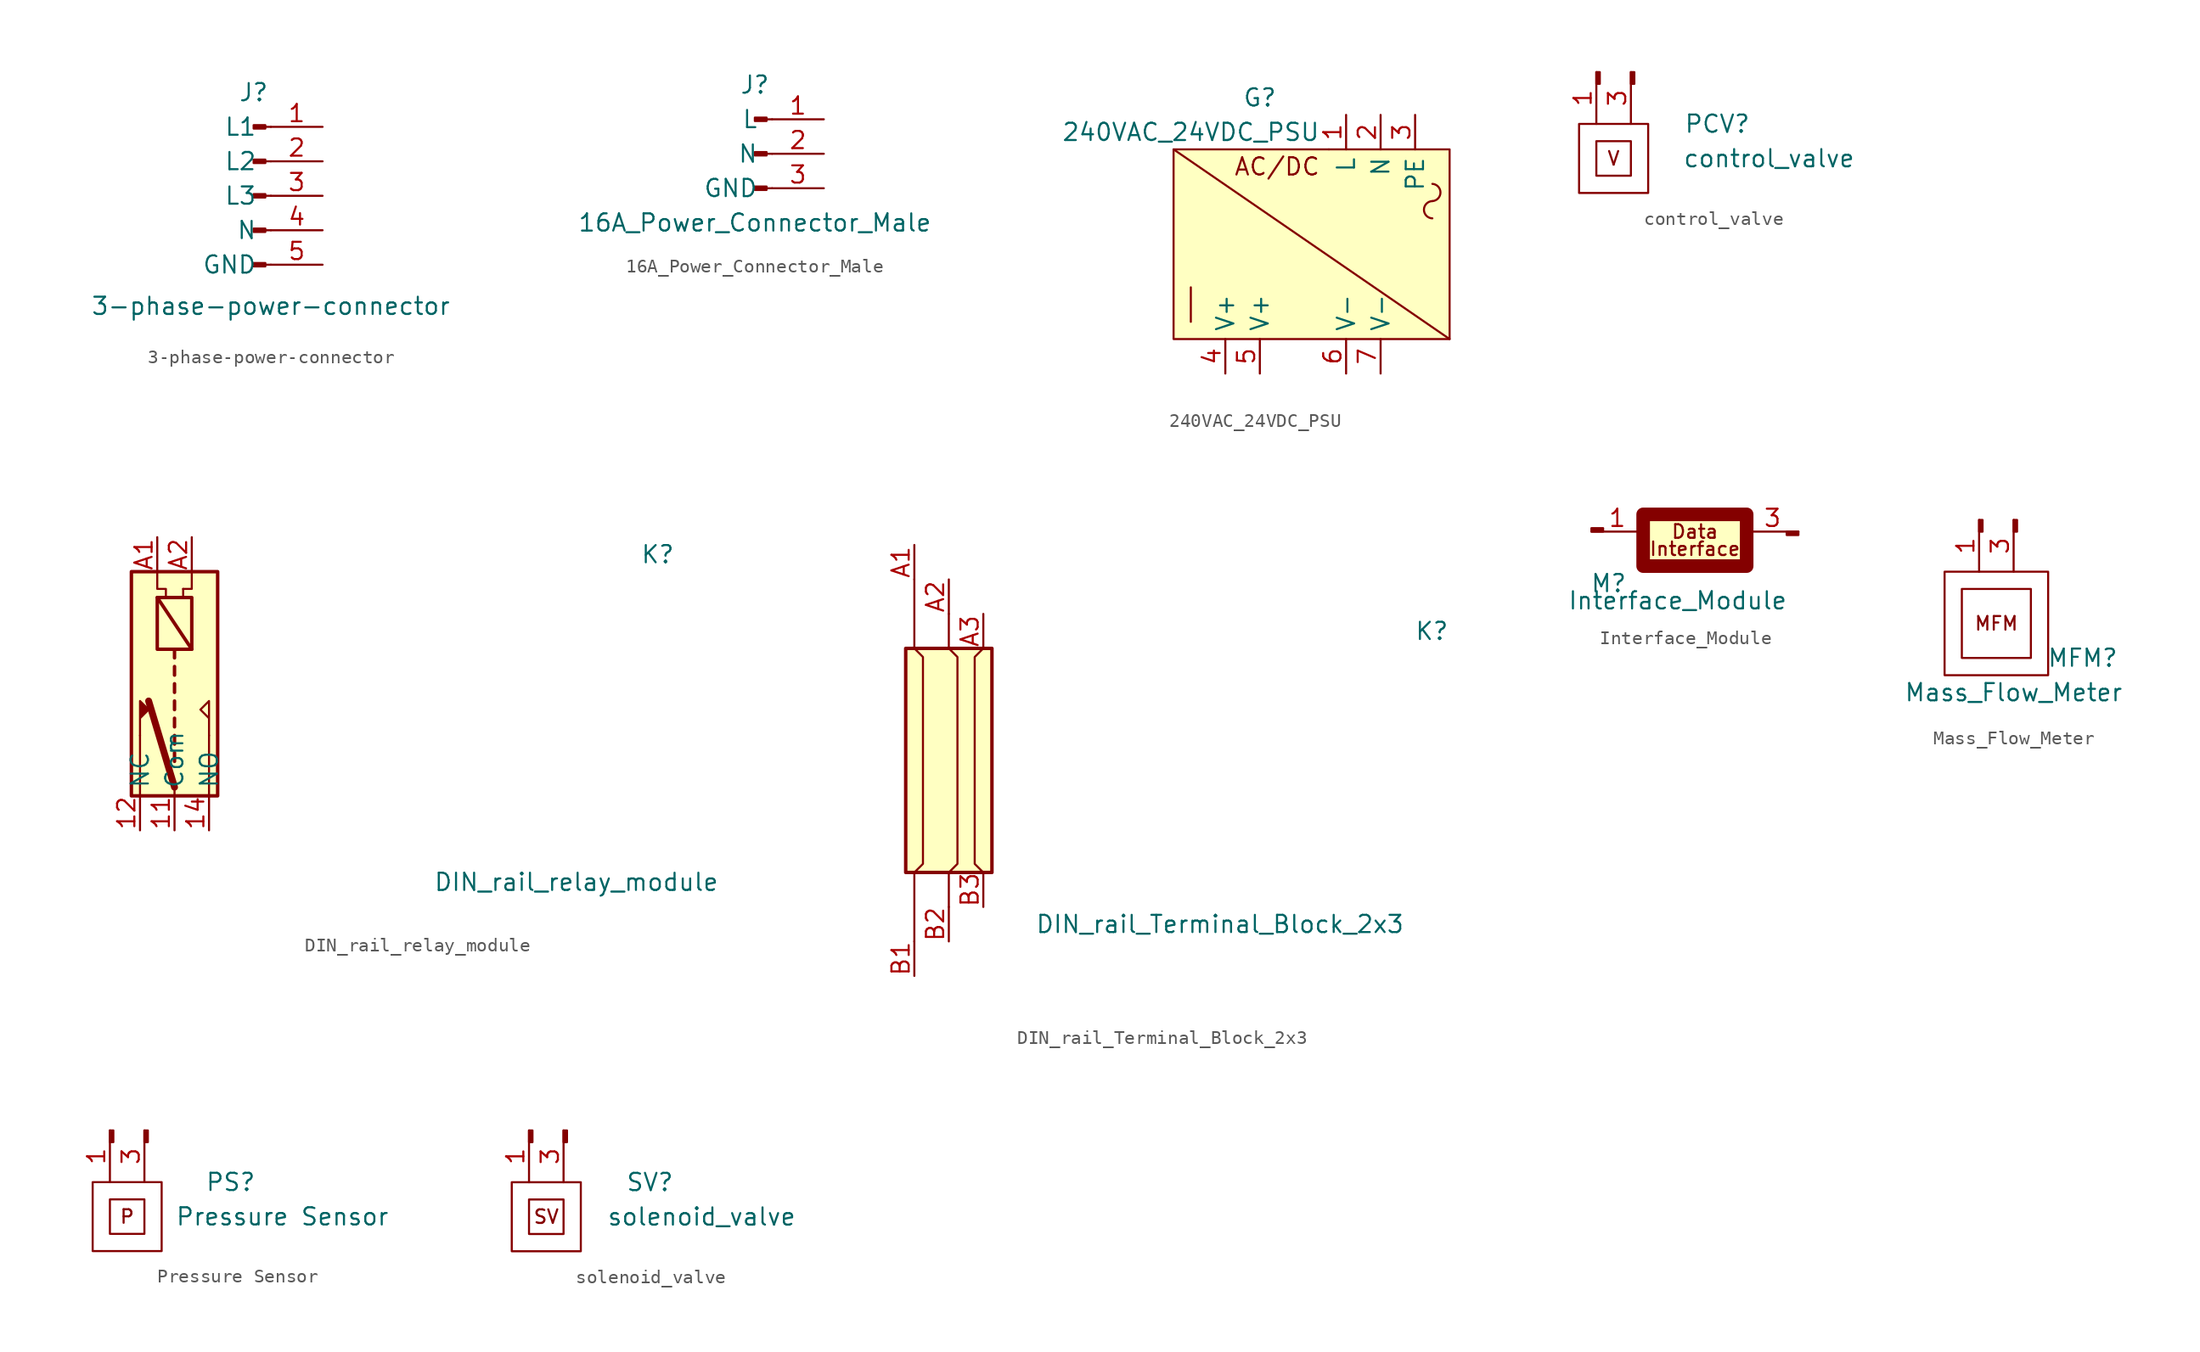
<source format=kicad_sym>
(kicad_symbol_lib
  (version 20231120)
  (generator "kicad_symbol_editor")
  (generator_version "8.0")
  (symbol "3-phase-power-connector"
    (pin_names
      (offset 1.016))
    (property "Reference" "J"
      (at 0 5.08 0)
      (effects (font (size 1.27 1.27))))
    (property "Value" "3-phase-power-connector"
      (at 1.27 -10.668 0)
      (effects (font (size 1.27 1.27))))
    (symbol "3-phase-power-connector_1_1"
      (polyline (pts (xy 1.27 -7.62) (xy 0.864 -7.62)) (stroke (width 0.152) (type default)) (fill (type none)))
      (polyline (pts (xy 1.27 -5.08) (xy 0.864 -5.08)) (stroke (width 0.152) (type default)) (fill (type none)))
      (polyline (pts (xy 1.27 -2.54) (xy 0.864 -2.54)) (stroke (width 0.152) (type default)) (fill (type none)))
      (polyline (pts (xy 1.27 0) (xy 0.864 0)) (stroke (width 0.152) (type default)) (fill (type none)))
      (polyline (pts (xy 1.27 2.54) (xy 0.864 2.54)) (stroke (width 0.152) (type default)) (fill (type none)))
      (rectangle (start 0.864 -7.493) (end 0 -7.747) (stroke (width 0.152) (type default)) (fill (type outline)))
      (rectangle (start 0.864 -4.953) (end 0 -5.207) (stroke (width 0.152) (type default)) (fill (type outline)))
      (rectangle (start 0.864 -2.413) (end 0 -2.667) (stroke (width 0.152) (type default)) (fill (type outline)))
      (rectangle (start 0.864 0.127) (end 0 -0.127) (stroke (width 0.152) (type default)) (fill (type outline)))
      (rectangle (start 0.864 2.667) (end 0 2.413) (stroke (width 0.152) (type default)) (fill (type outline)))
      (pin passive line (at 5.08 2.54 180) (length 3.81) (name "L1" (effects (font (size 1.27 1.27)))) (number "1" (effects (font (size 1.27 1.27)))))
      (pin passive line (at 5.08 0 180) (length 3.81) (name "L2" (effects (font (size 1.27 1.27)))) (number "2" (effects (font (size 1.27 1.27)))))
      (pin passive line (at 5.08 -2.54 180) (length 3.81) (name "L3" (effects (font (size 1.27 1.27)))) (number "3" (effects (font (size 1.27 1.27)))))
      (pin passive line (at 5.08 -5.08 180) (length 3.81) (name "N" (effects (font (size 1.27 1.27)))) (number "4" (effects (font (size 1.27 1.27)))))
      (pin passive line (at 5.08 -7.62 180) (length 3.81) (name "GND" (effects (font (size 1.27 1.27)))) (number "5" (effects (font (size 1.27 1.27)))))))
  (symbol "16A_Power_Connector_Male"
    (pin_names
      (offset 1.016))
    (property "Reference" "J"
      (at 0 5.08 0)
      (effects (font (size 1.27 1.27))))
    (property "Value" "16A_Power_Connector_Male"
      (at 0 -5.08 0)
      (effects (font (size 1.27 1.27))))
    (symbol "16A_Power_Connector_Male_1_1"
      (polyline (pts (xy 1.27 -2.54) (xy 0.864 -2.54)) (stroke (width 0.152) (type default)) (fill (type none)))
      (polyline (pts (xy 1.27 0) (xy 0.864 0)) (stroke (width 0.152) (type default)) (fill (type none)))
      (polyline (pts (xy 1.27 2.54) (xy 0.864 2.54)) (stroke (width 0.152) (type default)) (fill (type none)))
      (rectangle (start 0.864 -2.413) (end 0 -2.667) (stroke (width 0.152) (type default)) (fill (type outline)))
      (rectangle (start 0.864 0.127) (end 0 -0.127) (stroke (width 0.152) (type default)) (fill (type outline)))
      (rectangle (start 0.864 2.667) (end 0 2.413) (stroke (width 0.152) (type default)) (fill (type outline)))
      (pin passive line (at 5.08 2.54 180) (length 3.81) (name "L" (effects (font (size 1.27 1.27)))) (number "1" (effects (font (size 1.27 1.27)))))
      (pin passive line (at 5.08 0 180) (length 3.81) (name "N" (effects (font (size 1.27 1.27)))) (number "2" (effects (font (size 1.27 1.27)))))
      (pin passive line (at 5.08 -2.54 180) (length 3.81) (name "GND" (effects (font (size 1.27 1.27)))) (number "3" (effects (font (size 1.27 1.27)))))))
  (symbol "240VAC_24VDC_PSU"
    (property "Reference" "G"
      (at -6.35 6.35 0)
      (effects (font (size 1.27 1.27))))
    (property "Value" "240VAC_24VDC_PSU"
      (at -11.43 3.81 0)
      (effects (font (size 1.27 1.27))))
    (symbol "240VAC_24VDC_PSU_0_0"
      (arc (start -1.27 2.54) (mid -1.27 2.54) (end -1.27 2.54) (stroke (width 0) (type default)) (fill (type none)))
      (polyline (pts (xy -12.7 2.54) (xy 7.62 -11.43)) (stroke (width 0) (type default)) (fill (type none)))
      (polyline (pts (xy -11.43 -7.62) (xy -11.43 -10.16)) (stroke (width 0) (type default)) (fill (type none)))
      (arc (start 6.35 -1.27) (mid 5.7307 -1.905) (end 6.35 -2.54) (stroke (width 0) (type default)) (fill (type none)))
      (arc (start 6.35 -1.27) (mid 6.9472 -0.635) (end 6.35 0) (stroke (width 0) (type default)) (fill (type none)))
      (text "AC/DC" (at -5.08 1.27 0) (effects (font (size 1.27 1.27))))
      (pin power_in line (at 0 5.08 270) (length 2.54) (name "L" (effects (font (size 1.27 1.27)))) (number "1" (effects (font (size 1.27 1.27)))))
      (pin passive line (at 2.54 5.08 270) (length 2.54) (name "N" (effects (font (size 1.27 1.27)))) (number "2" (effects (font (size 1.27 1.27)))))
      (pin passive line (at 5.08 5.08 270) (length 2.54) (name "PE" (effects (font (size 1.27 1.27)))) (number "3" (effects (font (size 1.27 1.27)))))
      (pin passive line (at -8.89 -13.97 90) (length 2.54) (name "V+" (effects (font (size 1.27 1.27)))) (number "4" (effects (font (size 1.27 1.27)))))
      (pin passive line (at -6.35 -13.97 90) (length 2.54) (name "V+" (effects (font (size 1.27 1.27)))) (number "5" (effects (font (size 1.27 1.27)))))
      (pin passive line (at 0 -13.97 90) (length 2.54) (name "V-" (effects (font (size 1.27 1.27)))) (number "6" (effects (font (size 1.27 1.27)))))
      (pin passive line (at 2.54 -13.97 90) (length 2.54) (name "V-" (effects (font (size 1.27 1.27)))) (number "7" (effects (font (size 1.27 1.27))))))
    (symbol "240VAC_24VDC_PSU_0_1"
      (rectangle (start 7.62 2.54) (end -12.7 -11.43) (stroke (width 0) (type default)) (fill (type background)))))
  (symbol "control_valve"
    (pin_names
      (offset 1.016) hide)
    (property "Reference" "PCV"
      (at 7.62 2.54 0)
      (effects (font (size 1.27 1.27))))
    (property "Value" "control_valve"
      (at 11.43 0 0)
      (effects (font (size 1.27 1.27))))
    (symbol "control_valve_0_0"
      (rectangle (start -1.27 1.27) (end 1.27 -1.27) (stroke (width 0) (type default)) (fill (type none)))
      (text "V" (at 0 0 0) (effects (font (size 1 1)))))
    (symbol "control_valve_0_1"
      (rectangle (start -2.54 2.54) (end 2.54 -2.54) (stroke (width 0) (type default)) (fill (type none))))
    (symbol "control_valve_1_1"
      (rectangle (start -1.27 6.35) (end -1.016 5.486) (stroke (width 0.152) (type default)) (fill (type outline)))
      (rectangle (start 1.27 6.35) (end 1.524 5.486) (stroke (width 0.152) (type default)) (fill (type outline)))
      (pin input line (at -1.27 6.35 270) (length 3.81) (name "V+" (effects (font (size 1.27 1.27)))) (number "1" (effects (font (size 1.27 1.27)))))
      (pin output line (at 1.27 6.35 270) (length 3.81) (name "Output" (effects (font (size 1.27 1.27)))) (number "3" (effects (font (size 1.27 1.27)))))))
  (symbol "DIN_rail_relay_module"
    (property "Reference" "K"
      (at 34.29 10.16 0)
      (effects (font (size 1.27 1.27)) (justify left)))
    (property "Value" "DIN_rail_relay_module"
      (at 19.05 -13.97 0)
      (effects (font (size 1.27 1.27)) (justify left)))
    (symbol "DIN_rail_relay_module_0_0"
      (polyline (pts (xy -2.54 -3.175) (xy -2.54 -7.62)) (stroke (width 0) (type default)) (fill (type none)))
      (polyline (pts (xy 0 -6.985) (xy 0 -7.62)) (stroke (width 0) (type default)) (fill (type none)))
      (polyline (pts (xy 0.635 7.62) (xy 0.635 6.985)) (stroke (width 0) (type default)) (fill (type none)))
      (polyline (pts (xy 2.54 -3.175) (xy 2.54 -7.62)) (stroke (width 0) (type default)) (fill (type none)))
      (polyline (pts (xy 0.635 7.62) (xy 1.27 7.62) (xy 1.27 8.89)) (stroke (width 0) (type default)) (fill (type none)))
      (polyline (pts (xy -1.27 8.89) (xy -1.27 7.62) (xy -0.635 7.62) (xy -0.635 6.985)) (stroke (width 0) (type default)) (fill (type none)))
      (polyline (pts (xy 2.54 -3.175) (xy 2.54 -0.635) (xy 1.905 -1.27) (xy 2.54 -1.905)) (stroke (width 0) (type default)) (fill (type none))))
    (symbol "DIN_rail_relay_module_0_1"
      (rectangle (start -3.175 8.89) (end 3.175 -7.62) (stroke (width 0.254) (type default)) (fill (type background)))
      (rectangle (start -1.27 6.985) (end 1.27 3.175) (stroke (width 0.254) (type default)) (fill (type none)))
      (polyline (pts (xy -1.905 -0.635) (xy 0 -6.985)) (stroke (width 0.508) (type default)) (fill (type none)))
      (polyline (pts (xy -1.27 6.985) (xy 1.27 3.175)) (stroke (width 0.254) (type default)) (fill (type none)))
      (polyline (pts (xy 0 -4.445) (xy 0 -5.08)) (stroke (width 0.254) (type default)) (fill (type none)))
      (polyline (pts (xy 0 -3.175) (xy 0 -3.81)) (stroke (width 0.254) (type default)) (fill (type none)))
      (polyline (pts (xy 0 -1.905) (xy 0 -2.54)) (stroke (width 0.254) (type default)) (fill (type none)))
      (polyline (pts (xy 0 -0.635) (xy 0 -1.27)) (stroke (width 0.254) (type default)) (fill (type none)))
      (polyline (pts (xy 0 0.635) (xy 0 0)) (stroke (width 0.254) (type default)) (fill (type none)))
      (polyline (pts (xy 0 1.905) (xy 0 1.27)) (stroke (width 0.254) (type default)) (fill (type none)))
      (polyline (pts (xy 0 3.175) (xy 0 2.54)) (stroke (width 0.254) (type default)) (fill (type none)))
      (polyline (pts (xy -2.54 -3.175) (xy -2.54 -0.635) (xy -1.905 -1.27) (xy -2.54 -1.905)) (stroke (width 0) (type default)) (fill (type outline))))
    (symbol "DIN_rail_relay_module_1_1"
      (pin passive line (at 0 -10.16 90) (length 2.54) (name "Com" (effects (font (size 1.27 1.27)))) (number "11" (effects (font (size 1.27 1.27)))))
      (pin passive line (at -2.54 -10.16 90) (length 2.54) (name "NC" (effects (font (size 1.27 1.27)))) (number "12" (effects (font (size 1.27 1.27)))))
      (pin passive line (at 2.54 -10.16 90) (length 2.54) (name "NO" (effects (font (size 1.27 1.27)))) (number "14" (effects (font (size 1.27 1.27)))))
      (pin passive line (at -1.27 11.43 270) (length 2.54) (name "~" (effects (font (size 1.27 1.27)))) (number "A1" (effects (font (size 1.27 1.27)))))
      (pin passive line (at 1.27 11.43 270) (length 2.54) (name "~" (effects (font (size 1.27 1.27)))) (number "A2" (effects (font (size 1.27 1.27)))))))
  (symbol "DIN_rail_Terminal_Block_2x3"
    (property "Reference" "K"
      (at 34.29 10.16 0)
      (effects (font (size 1.27 1.27)) (justify left)))
    (property "Value" "DIN_rail_Terminal_Block_2x3"
      (at 6.35 -11.43 0)
      (effects (font (size 1.27 1.27)) (justify left)))
    (symbol "DIN_rail_Terminal_Block_2x3_0_1"
      (rectangle (start -3.175 8.89) (end 3.175 -7.62) (stroke (width 0.254) (type default)) (fill (type background)))
      (polyline (pts (xy -2.54 -12.7) (xy -2.54 -7.62)) (stroke (width 0) (type default)) (fill (type none)))
      (polyline (pts (xy -2.54 13.97) (xy -2.54 8.89)) (stroke (width 0) (type default)) (fill (type none)))
      (polyline (pts (xy 0 -10.16) (xy 0 -7.62)) (stroke (width 0) (type default)) (fill (type none)))
      (polyline (pts (xy 0 11.43) (xy 0 8.89)) (stroke (width 0) (type default)) (fill (type none)))
      (polyline (pts (xy 0 8.89) (xy 0.635 8.255) (xy 0.635 -6.985) (xy 0 -7.62)) (stroke (width 0) (type default)) (fill (type none)))
      (polyline (pts (xy 2.54 8.89) (xy 1.905 8.255) (xy 1.905 -6.985) (xy 2.54 -7.62)) (stroke (width 0) (type default)) (fill (type none)))
      (polyline (pts (xy -2.54 -7.62) (xy -1.905 -6.985) (xy -1.905 7.62) (xy -1.905 8.255) (xy -2.54 8.89)) (stroke (width 0) (type default)) (fill (type none))))
    (symbol "DIN_rail_Terminal_Block_2x3_1_1"
      (pin passive line (at -2.54 16.51 270) (length 2.54) (name "~" (effects (font (size 1.27 1.27)))) (number "A1" (effects (font (size 1.27 1.27)))))
      (pin passive line (at 0 13.97 270) (length 2.54) (name "~" (effects (font (size 1.27 1.27)))) (number "A2" (effects (font (size 1.27 1.27)))))
      (pin passive line (at 2.54 11.43 270) (length 2.54) (name "~" (effects (font (size 1.27 1.27)))) (number "A3" (effects (font (size 1.27 1.27)))))
      (pin passive line (at -2.54 -15.24 90) (length 2.54) (name "~" (effects (font (size 1.27 1.27)))) (number "B1" (effects (font (size 1.27 1.27)))))
      (pin passive line (at 0 -12.7 90) (length 2.54) (name "~" (effects (font (size 1.27 1.27)))) (number "B2" (effects (font (size 1.27 1.27)))))
      (pin passive line (at 2.54 -10.16 90) (length 2.54) (name "~" (effects (font (size 1.27 1.27)))) (number "B3" (effects (font (size 1.27 1.27)))))))
  (symbol "Interface_Module"
    (pin_names
      (offset 1.016) hide)
    (property "Reference" "M"
      (at -6.35 -3.81 0)
      (effects (font (size 1.27 1.27))))
    (property "Value" "Interface_Module"
      (at -1.27 -5.08 0)
      (effects (font (size 1.27 1.27))))
    (symbol "Interface_Module_0_0"
      (rectangle (start -3.81 1.27) (end 3.81 -2.54) (stroke (width 0) (type default)) (fill (type background)))
      (text "Data" (at 0 0 0) (effects (font (size 1 1))))
      (text "Interface" (at 0 -1.27 0) (effects (font (size 1 1)))))
    (symbol "Interface_Module_0_1"
      (rectangle (start -3.81 1.27) (end 3.81 -2.54) (stroke (width 1) (type default)) (fill (type none))))
    (symbol "Interface_Module_1_1"
      (rectangle (start -7.62 0) (end -6.756 0.254) (stroke (width 0.152) (type default)) (fill (type outline)))
      (rectangle (start 7.62 0) (end 6.756 -0.254) (stroke (width 0.152) (type default)) (fill (type outline)))
      (pin input line (at -7.62 0 0) (length 3.81) (name "V+" (effects (font (size 1.27 1.27)))) (number "1" (effects (font (size 1.27 1.27)))))
      (pin output line (at 7.62 0 180) (length 3.81) (name "Output" (effects (font (size 1.27 1.27)))) (number "3" (effects (font (size 1.27 1.27)))))))
  (symbol "Mass_Flow_Meter"
    (pin_names
      (offset 1.016) hide)
    (property "Reference" "MFM"
      (at 6.35 -3.81 0)
      (effects (font (size 1.27 1.27))))
    (property "Value" "Mass_Flow_Meter"
      (at 1.27 -6.35 0)
      (effects (font (size 1.27 1.27))))
    (symbol "Mass_Flow_Meter_0_0"
      (rectangle (start -2.54 1.27) (end 2.54 -3.81) (stroke (width 0) (type default)) (fill (type none)))
      (text "MFM" (at 0 -1.27 0) (effects (font (size 1 1)))))
    (symbol "Mass_Flow_Meter_0_1"
      (rectangle (start -3.81 2.54) (end 3.81 -5.08) (stroke (width 0) (type default)) (fill (type none))))
    (symbol "Mass_Flow_Meter_1_1"
      (rectangle (start -1.27 6.35) (end -1.016 5.486) (stroke (width 0.152) (type default)) (fill (type outline)))
      (rectangle (start 1.27 6.35) (end 1.524 5.486) (stroke (width 0.152) (type default)) (fill (type outline)))
      (pin input line (at -1.27 6.35 270) (length 3.81) (name "V+" (effects (font (size 1.27 1.27)))) (number "1" (effects (font (size 1.27 1.27)))))
      (pin output line (at 1.27 6.35 270) (length 3.81) (name "Output" (effects (font (size 1.27 1.27)))) (number "3" (effects (font (size 1.27 1.27)))))))
  (symbol "Pressure Sensor"
    (pin_names
      (offset 1.016) hide)
    (property "Reference" "PS"
      (at 7.62 2.54 0)
      (effects (font (size 1.27 1.27))))
    (property "Value" "Pressure Sensor"
      (at 11.43 0 0)
      (effects (font (size 1.27 1.27))))
    (symbol "Pressure Sensor_0_0"
      (rectangle (start -1.27 1.27) (end 1.27 -1.27) (stroke (width 0) (type default)) (fill (type none)))
      (text "P" (at 0 0 0) (effects (font (size 1 1)))))
    (symbol "Pressure Sensor_0_1"
      (rectangle (start -2.54 2.54) (end 2.54 -2.54) (stroke (width 0) (type default)) (fill (type none))))
    (symbol "Pressure Sensor_1_1"
      (rectangle (start -1.27 6.35) (end -1.016 5.486) (stroke (width 0.152) (type default)) (fill (type outline)))
      (rectangle (start 1.27 6.35) (end 1.524 5.486) (stroke (width 0.152) (type default)) (fill (type outline)))
      (pin input line (at -1.27 6.35 270) (length 3.81) (name "V+" (effects (font (size 1.27 1.27)))) (number "1" (effects (font (size 1.27 1.27)))))
      (pin output line (at 1.27 6.35 270) (length 3.81) (name "Output" (effects (font (size 1.27 1.27)))) (number "3" (effects (font (size 1.27 1.27)))))))
  (symbol "solenoid_valve"
    (pin_names
      (offset 1.016) hide)
    (property "Reference" "SV"
      (at 7.62 2.54 0)
      (effects (font (size 1.27 1.27))))
    (property "Value" "solenoid_valve"
      (at 11.43 0 0)
      (effects (font (size 1.27 1.27))))
    (symbol "solenoid_valve_0_0"
      (rectangle (start -1.27 1.27) (end 1.27 -1.27) (stroke (width 0) (type default)) (fill (type none)))
      (text "SV" (at 0 0 0) (effects (font (size 1 1)))))
    (symbol "solenoid_valve_0_1"
      (rectangle (start -2.54 2.54) (end 2.54 -2.54) (stroke (width 0) (type default)) (fill (type none))))
    (symbol "solenoid_valve_1_1"
      (rectangle (start -1.27 6.35) (end -1.016 5.486) (stroke (width 0.152) (type default)) (fill (type outline)))
      (rectangle (start 1.27 6.35) (end 1.524 5.486) (stroke (width 0.152) (type default)) (fill (type outline)))
      (pin input line (at -1.27 6.35 270) (length 3.81) (name "V+" (effects (font (size 1.27 1.27)))) (number "1" (effects (font (size 1.27 1.27)))))
      (pin output line (at 1.27 6.35 270) (length 3.81) (name "Output" (effects (font (size 1.27 1.27)))) (number "3" (effects (font (size 1.27 1.27))))))))
</source>
